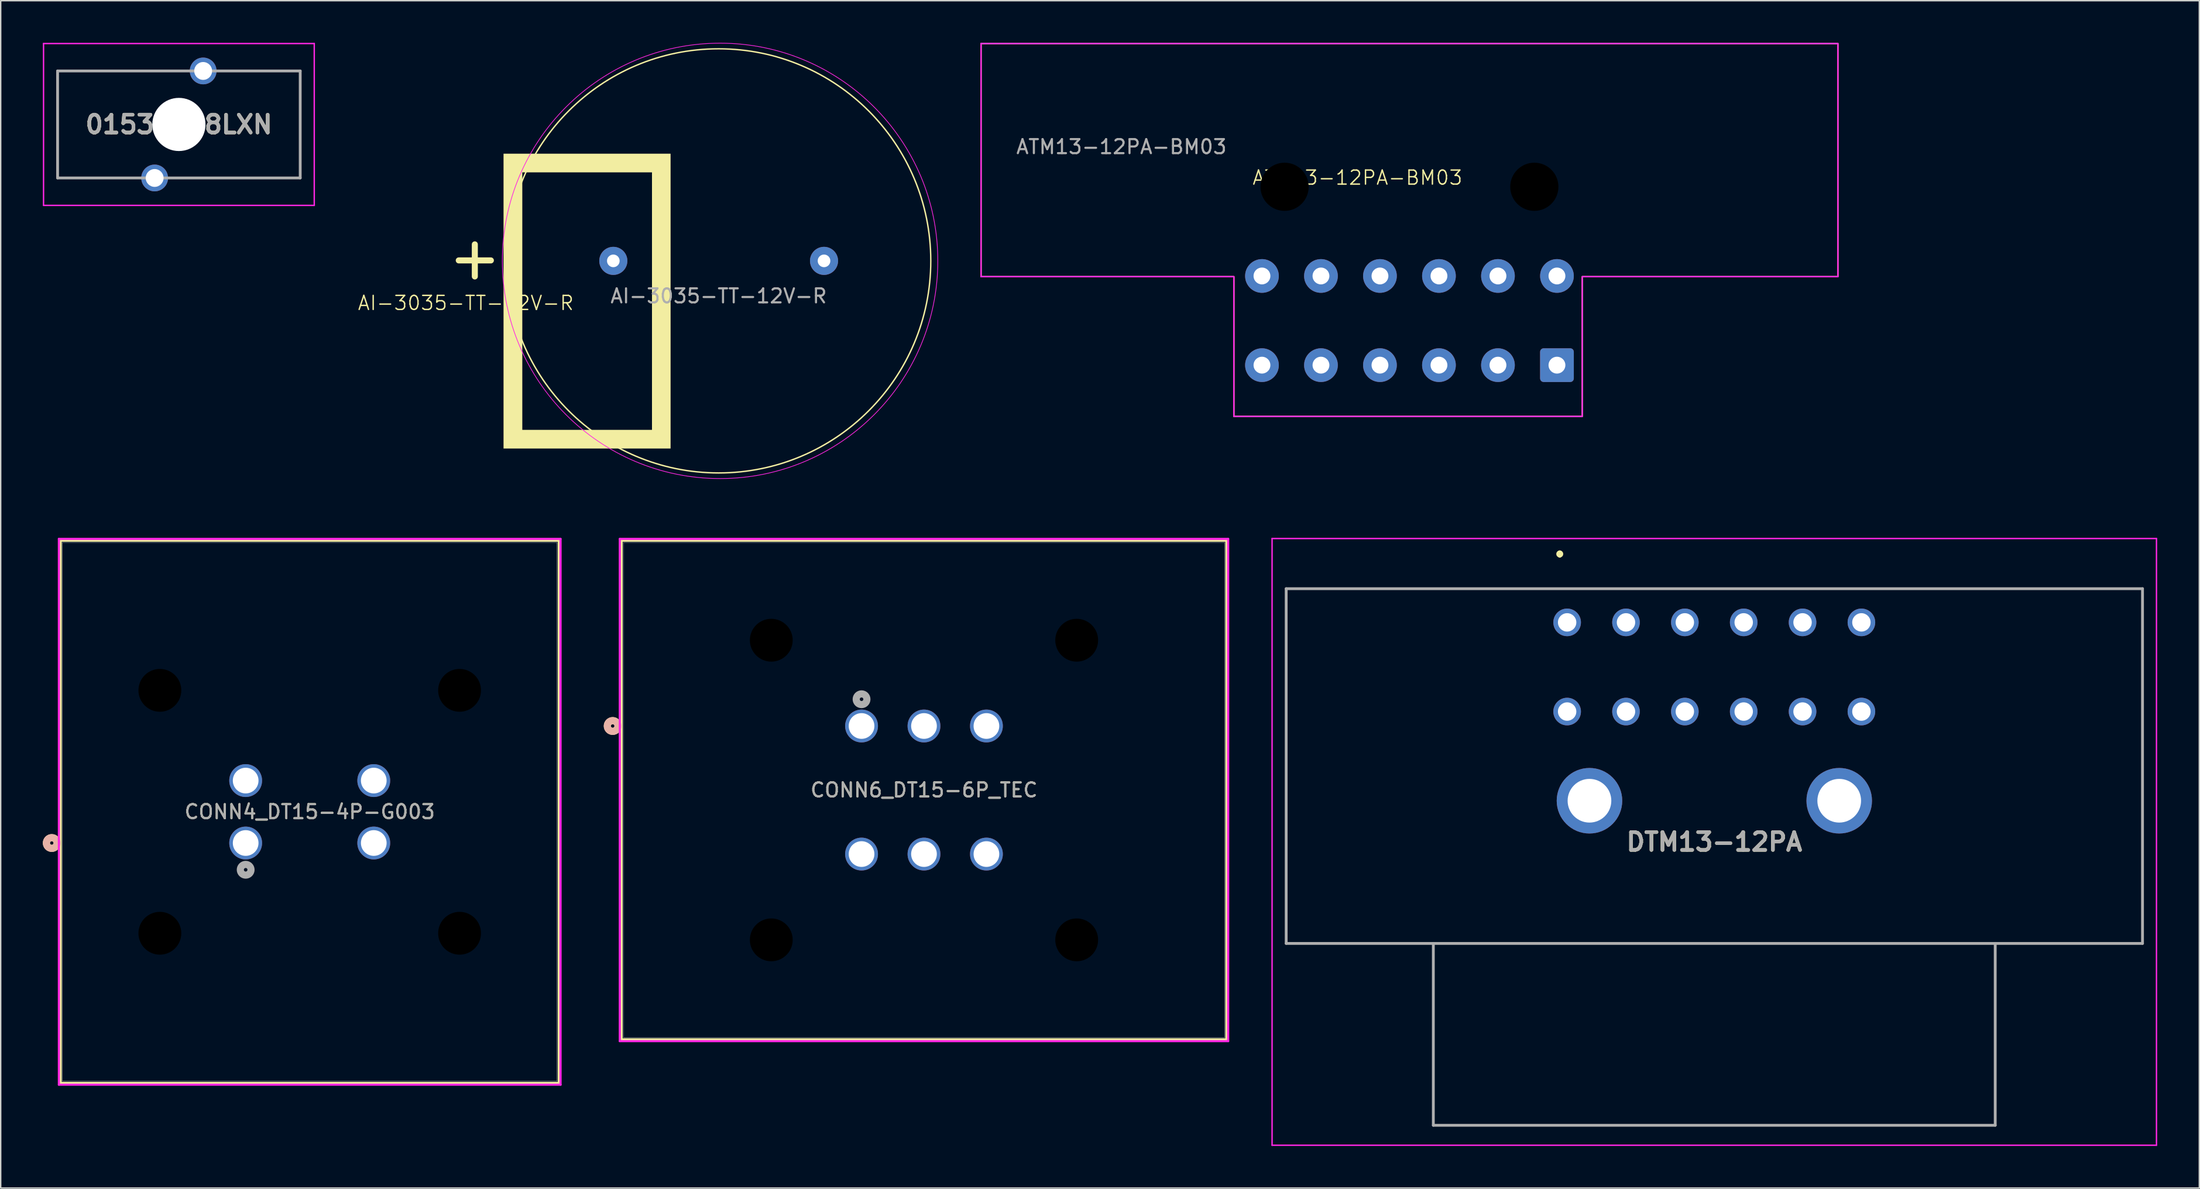
<source format=kicad_pcb>
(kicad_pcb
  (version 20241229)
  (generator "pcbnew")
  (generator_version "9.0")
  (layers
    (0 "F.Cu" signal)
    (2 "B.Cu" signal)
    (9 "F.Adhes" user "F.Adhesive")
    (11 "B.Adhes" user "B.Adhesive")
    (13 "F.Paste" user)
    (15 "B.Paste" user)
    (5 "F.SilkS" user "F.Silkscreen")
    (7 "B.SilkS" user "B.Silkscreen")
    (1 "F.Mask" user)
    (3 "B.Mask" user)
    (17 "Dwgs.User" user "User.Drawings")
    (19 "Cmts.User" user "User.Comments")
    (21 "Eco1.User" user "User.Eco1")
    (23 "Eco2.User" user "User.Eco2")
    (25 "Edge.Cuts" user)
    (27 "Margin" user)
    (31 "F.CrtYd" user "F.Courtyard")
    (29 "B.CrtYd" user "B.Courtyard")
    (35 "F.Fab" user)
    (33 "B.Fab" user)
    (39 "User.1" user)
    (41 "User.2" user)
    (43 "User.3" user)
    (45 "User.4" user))
  (footprint "CONN4_DT15-4P-G003"
    (layer "F.Cu")
    (at 23.558 52.531)
    (property "Reference" "CONN4_DT15-4P-G003" (at -4.559 2.223 0) (unlocked yes) (layer "F.SilkS") (effects (font (size 1 1) (thickness 0.15))))
    (attr through_hole)
    (fp_line (start -22.288 -17.081) (end -22.288 21.526) (stroke (width 0.152) (type solid)) (layer "F.SilkS"))
    (fp_line (start -22.288 21.526) (end 13.17 21.526) (stroke (width 0.152) (type solid)) (layer "F.SilkS"))
    (fp_line (start 13.17 -17.081) (end -22.288 -17.081) (stroke (width 0.152) (type solid)) (layer "F.SilkS"))
    (fp_line (start 13.17 21.526) (end 13.17 -17.081) (stroke (width 0.152) (type solid)) (layer "F.SilkS"))
    (fp_circle (center -22.924 4.445) (end -22.543 4.445) (stroke (width 0.508) (type solid)) (fill no) (layer "F.SilkS"))
    (fp_circle (center -22.924 4.445) (end -22.543 4.445) (stroke (width 0.508) (type solid)) (fill no) (layer "B.SilkS"))
    (fp_line (start -22.416 -17.209) (end -22.416 21.654) (stroke (width 0.152) (type solid)) (layer "F.CrtYd"))
    (fp_line (start -22.416 21.654) (end 13.297 21.654) (stroke (width 0.152) (type solid)) (layer "F.CrtYd"))
    (fp_line (start 13.297 -17.209) (end -22.416 -17.209) (stroke (width 0.152) (type solid)) (layer "F.CrtYd"))
    (fp_line (start 13.297 21.654) (end 13.297 -17.209) (stroke (width 0.152) (type solid)) (layer "F.CrtYd"))
    (fp_line (start -22.162 -16.954) (end -22.162 21.399) (stroke (width 0.025) (type solid)) (layer "F.Fab"))
    (fp_line (start -22.162 21.399) (end 13.043 21.399) (stroke (width 0.025) (type solid)) (layer "F.Fab"))
    (fp_line (start 13.043 -16.954) (end -22.162 -16.954) (stroke (width 0.025) (type solid)) (layer "F.Fab"))
    (fp_line (start 13.043 21.399) (end 13.043 -16.954) (stroke (width 0.025) (type solid)) (layer "F.Fab"))
    (fp_circle (center -9.119 6.35) (end -8.738 6.35) (stroke (width 0.508) (type solid)) (fill no) (layer "F.Fab"))
    (fp_text user "${REFERENCE}" (at -4.559 2.223 0) (unlocked yes) (layer "F.Fab") (effects (font (size 1 1) (thickness 0.15))))
    (pad "" np_thru_hole circle (at -15.227 -6.426) (size 3.048 3.048) (drill 3.048) (layers))
    (pad "" np_thru_hole circle (at -15.227 10.871) (size 3.048 3.048) (drill 3.048) (layers))
    (pad "" np_thru_hole circle (at 6.109 -6.426) (size 3.048 3.048) (drill 3.048) (layers))
    (pad "" np_thru_hole circle (at 6.109 10.871) (size 3.048 3.048) (drill 3.048) (layers))
    (pad "1" thru_hole circle (at -9.119 4.445) (size 2.337 2.337) (drill 1.829) (layers "*.Cu" "*.Mask"))
    (pad "2" thru_hole circle (at -9.119 0) (size 2.337 2.337) (drill 1.829) (layers "*.Cu" "*.Mask"))
    (pad "3" thru_hole circle (at 0 0) (size 2.337 2.337) (drill 1.829) (layers "*.Cu" "*.Mask"))
    (pad "4" thru_hole circle (at 0 4.445) (size 2.337 2.337) (drill 1.829) (layers "*.Cu" "*.Mask"))
    (zone (net_name "") (layer "F.Cu") (hatch full 0.508) (connect_pads) (min_thickness 0.254) (filled_areas_thickness no) (keepout (tracks not_allowed) (vias not_allowed) (pads allowed) (copperpour not_allowed) (footprints allowed)) (placement (enabled no)) (fill) (polygon (pts (xy 4.128 61.497) (xy 6.261 59.287) (xy 10.173 59.287) (xy 12.332 61.522) (xy 12.332 65.409) (xy 10.173 67.491) (xy 6.312 67.517) (xy 4.128 65.409))))
    (zone (net_name "") (layer "F.Cu") (hatch full 0.508) (connect_pads) (min_thickness 0.254) (filled_areas_thickness no) (keepout (tracks not_allowed) (vias not_allowed) (pads allowed) (copperpour not_allowed) (footprints allowed)) (placement (enabled no)) (fill) (polygon (pts (xy 4.255 44.2) (xy 6.388 41.99) (xy 10.3 41.99) (xy 12.459 44.225) (xy 12.459 48.111) (xy 10.3 50.194) (xy 6.439 50.219) (xy 4.255 48.111))))
    (zone (net_name "") (layer "F.Cu") (hatch full 0.508) (connect_pads) (min_thickness 0.254) (filled_areas_thickness no) (keepout (tracks not_allowed) (vias not_allowed) (pads allowed) (copperpour not_allowed) (footprints allowed)) (placement (enabled no)) (fill) (polygon (pts (xy 14.541 67.695) (xy 16.675 65.485) (xy 20.587 65.485) (xy 22.746 67.72) (xy 22.746 71.606) (xy 20.587 73.689) (xy 16.726 73.714) (xy 14.541 71.606))))
    (zone (net_name "") (layer "F.Cu") (hatch full 0.508) (connect_pads) (min_thickness 0.254) (filled_areas_thickness no) (keepout (tracks not_allowed) (vias not_allowed) (pads allowed) (copperpour not_allowed) (footprints allowed)) (placement (enabled no)) (fill) (polygon (pts (xy 14.922 38.129) (xy 17.056 35.919) (xy 20.968 35.919) (xy 23.127 38.154) (xy 23.127 42.041) (xy 20.968 44.123) (xy 17.107 44.149) (xy 14.922 42.041))))
    (zone (net_name "") (layer "F.Cu") (hatch full 0.508) (connect_pads) (min_thickness 0.254) (filled_areas_thickness no) (keepout (tracks not_allowed) (vias not_allowed) (pads allowed) (copperpour not_allowed) (footprints allowed)) (placement (enabled no)) (fill) (polygon (pts (xy 25.413 44.377) (xy 27.546 42.168) (xy 31.458 42.168) (xy 33.617 44.403) (xy 33.617 48.289) (xy 31.458 50.372) (xy 27.597 50.397) (xy 25.413 48.289))))
    (zone (net_name "") (layer "F.Cu") (hatch full 0.508) (connect_pads) (min_thickness 0.254) (filled_areas_thickness no) (keepout (tracks not_allowed) (vias not_allowed) (pads allowed) (copperpour not_allowed) (footprints allowed)) (placement (enabled no)) (fill) (polygon (pts (xy 25.565 61.649) (xy 27.699 59.44) (xy 31.61 59.44) (xy 33.769 61.675) (xy 33.769 65.561) (xy 31.61 67.644) (xy 27.75 67.669) (xy 25.565 65.561)))))
  (footprint "01530008LXN"
    (layer "F.Cu")
    (at 7.959 9.622)
    (property "Reference" "01530008LXN" (at 1.727 -3.81 0) (layer "F.SilkS") (effects (font (size 1.27 1.27) (thickness 0.254))))
    (attr through_hole)
    (fp_line (start -6.909 -7.61) (end -6.909 -0.01) (stroke (width 0.1) (type solid)) (layer "F.SilkS"))
    (fp_line (start -6.909 -0.01) (end -2.473 -0.01) (stroke (width 0.1) (type solid)) (layer "F.SilkS"))
    (fp_line (start 0.327 -7.62) (end -6.909 -7.61) (stroke (width 0.1) (type solid)) (layer "F.SilkS"))
    (fp_line (start 5.527 -7.62) (end 10.363 -7.62) (stroke (width 0.1) (type solid)) (layer "F.SilkS"))
    (fp_line (start 10.363 -7.62) (end 10.363 -0.01) (stroke (width 0.1) (type solid)) (layer "F.SilkS"))
    (fp_line (start 10.363 -0.01) (end 3.727 0) (stroke (width 0.1) (type solid)) (layer "F.SilkS"))
    (fp_line (start -7.909 -9.572) (end 11.363 -9.572) (stroke (width 0.1) (type solid)) (layer "F.CrtYd"))
    (fp_line (start -7.909 1.952) (end -7.909 -9.572) (stroke (width 0.1) (type solid)) (layer "F.CrtYd"))
    (fp_line (start 11.363 -9.572) (end 11.363 1.952) (stroke (width 0.1) (type solid)) (layer "F.CrtYd"))
    (fp_line (start 11.363 1.952) (end -7.909 1.952) (stroke (width 0.1) (type solid)) (layer "F.CrtYd"))
    (fp_line (start -6.909 -7.62) (end 10.363 -7.62) (stroke (width 0.2) (type solid)) (layer "F.Fab"))
    (fp_line (start -6.909 0) (end -6.909 -7.62) (stroke (width 0.2) (type solid)) (layer "F.Fab"))
    (fp_line (start 10.363 -7.62) (end 10.363 0) (stroke (width 0.2) (type solid)) (layer "F.Fab"))
    (fp_line (start 10.363 0) (end -6.909 0) (stroke (width 0.2) (type solid)) (layer "F.Fab"))
    (fp_text user "${REFERENCE}" (at 1.727 -3.81 0) (layer "F.Fab") (effects (font (size 1.27 1.27) (thickness 0.254))))
    (pad "" np_thru_hole circle (at 1.727 -3.81) (size 3.785 3.785) (drill 3.785) (layers "*.Cu" "*.Mask"))
    (pad "1" thru_hole circle (at 0 0) (size 1.905 1.905) (drill 1.27) (layers "*.Cu" "*.Mask"))
    (pad "2" thru_hole circle (at 3.454 -7.62) (size 1.905 1.905) (drill 1.27) (layers "*.Cu" "*.Mask")))
  (footprint "CONN6_DT15-6P_TEC"
    (layer "F.Cu")
    (at 67.173 57.763)
    (property "Reference" "CONN6_DT15-6P_TEC" (at -4.445 -4.559 0) (unlocked yes) (layer "F.SilkS") (effects (font (size 1 1) (thickness 0.15))))
    (attr through_hole)
    (fp_line (start -25.971 -22.314) (end -25.971 13.195) (stroke (width 0.152) (type solid)) (layer "F.SilkS"))
    (fp_line (start -25.971 13.195) (end 17.081 13.195) (stroke (width 0.152) (type solid)) (layer "F.SilkS"))
    (fp_line (start 17.081 -22.314) (end -25.971 -22.314) (stroke (width 0.152) (type solid)) (layer "F.SilkS"))
    (fp_line (start 17.081 13.195) (end 17.081 -22.314) (stroke (width 0.152) (type solid)) (layer "F.SilkS"))
    (fp_circle (center -26.607 -9.119) (end -26.226 -9.119) (stroke (width 0.508) (type solid)) (fill no) (layer "F.SilkS"))
    (fp_circle (center -26.607 -9.119) (end -26.226 -9.119) (stroke (width 0.508) (type solid)) (fill no) (layer "B.SilkS"))
    (fp_line (start -26.099 -22.441) (end -26.099 13.322) (stroke (width 0.152) (type solid)) (layer "F.CrtYd"))
    (fp_line (start -26.099 13.322) (end 17.209 13.322) (stroke (width 0.152) (type solid)) (layer "F.CrtYd"))
    (fp_line (start 17.209 -22.441) (end -26.099 -22.441) (stroke (width 0.152) (type solid)) (layer "F.CrtYd"))
    (fp_line (start 17.209 13.322) (end 17.209 -22.441) (stroke (width 0.152) (type solid)) (layer "F.CrtYd"))
    (fp_line (start -25.845 -22.187) (end -25.845 13.068) (stroke (width 0.025) (type solid)) (layer "F.Fab"))
    (fp_line (start -25.845 13.068) (end 16.954 13.068) (stroke (width 0.025) (type solid)) (layer "F.Fab"))
    (fp_line (start 16.954 -22.187) (end -25.845 -22.187) (stroke (width 0.025) (type solid)) (layer "F.Fab"))
    (fp_line (start 16.954 13.068) (end 16.954 -22.187) (stroke (width 0.025) (type solid)) (layer "F.Fab"))
    (fp_circle (center -8.89 -11.024) (end -8.509 -11.024) (stroke (width 0.508) (type solid)) (fill no) (layer "F.Fab"))
    (fp_text user "${REFERENCE}" (at -4.445 -4.559 0) (unlocked yes) (layer "F.Fab") (effects (font (size 1 1) (thickness 0.15))))
    (pad "" np_thru_hole circle (at -15.316 -15.227) (size 3.048 3.048) (drill 3.048) (layers))
    (pad "" np_thru_hole circle (at -15.316 6.109) (size 3.048 3.048) (drill 3.048) (layers))
    (pad "" np_thru_hole circle (at 6.426 -15.227) (size 3.048 3.048) (drill 3.048) (layers))
    (pad "" np_thru_hole circle (at 6.426 6.109) (size 3.048 3.048) (drill 3.048) (layers))
    (pad "1" thru_hole circle (at -8.89 -9.119) (size 2.337 2.337) (drill 1.829) (layers "*.Cu" "*.Mask"))
    (pad "2" thru_hole circle (at -4.445 -9.119) (size 2.337 2.337) (drill 1.829) (layers "*.Cu" "*.Mask"))
    (pad "3" thru_hole circle (at 0 -9.119) (size 2.337 2.337) (drill 1.829) (layers "*.Cu" "*.Mask"))
    (pad "4" thru_hole circle (at 0 0) (size 2.337 2.337) (drill 1.829) (layers "*.Cu" "*.Mask"))
    (pad "5" thru_hole circle (at -4.445 0) (size 2.337 2.337) (drill 1.829) (layers "*.Cu" "*.Mask"))
    (pad "6" thru_hole circle (at -8.89 0) (size 2.337 2.337) (drill 1.829) (layers "*.Cu" "*.Mask"))
    (zone (net_name "") (layer "F.Cu") (hatch full 0.508) (connect_pads) (min_thickness 0.254) (filled_areas_thickness no) (keepout (tracks not_allowed) (vias not_allowed) (pads allowed) (copperpour not_allowed) (footprints allowed)) (placement (enabled no)) (fill) (polygon (pts (xy 50.13 58.297) (xy 53.584 58.297) (xy 57.292 61.853) (xy 57.292 65.663) (xy 53.584 69.473) (xy 50.13 69.473) (xy 46.548 65.663) (xy 46.548 61.853))))
    (zone (net_name "") (layer "F.Cu") (hatch full 0.508) (connect_pads) (min_thickness 0.254) (filled_areas_thickness no) (keepout (tracks not_allowed) (vias not_allowed) (pads allowed) (copperpour not_allowed) (footprints allowed)) (placement (enabled no)) (fill) (polygon (pts (xy 50.358 36.91) (xy 53.813 36.91) (xy 57.521 40.466) (xy 57.521 44.276) (xy 53.813 48.086) (xy 50.358 48.086) (xy 46.777 44.276) (xy 46.777 40.466))))
    (zone (net_name "") (layer "F.Cu") (hatch full 0.508) (connect_pads) (min_thickness 0.254) (filled_areas_thickness no) (keepout (tracks not_allowed) (vias not_allowed) (pads allowed) (copperpour not_allowed) (footprints allowed)) (placement (enabled no)) (fill) (polygon (pts (xy 71.872 58.297) (xy 75.326 58.297) (xy 79.035 61.853) (xy 79.035 65.663) (xy 75.326 69.473) (xy 71.872 69.473) (xy 68.291 65.663) (xy 68.291 61.853))))
    (zone (net_name "") (layer "F.Cu") (hatch full 0.508) (connect_pads) (min_thickness 0.254) (filled_areas_thickness no) (keepout (tracks not_allowed) (vias not_allowed) (pads allowed) (copperpour not_allowed) (footprints allowed)) (placement (enabled no)) (fill) (polygon (pts (xy 72.126 37.138) (xy 75.581 37.138) (xy 79.289 40.694) (xy 79.289 44.504) (xy 75.581 48.314) (xy 72.126 48.314) (xy 68.545 44.504) (xy 68.545 40.694)))))
  (footprint "ATM13-12PA-BM03"
    (layer "F.Cu")
    (at 76.788 6.6)
    (property "Reference" "ATM13-12PA-BM03" (at 16.8 3 0) (unlocked yes) (layer "F.SilkS") (effects (font (size 1 1) (thickness 0.1))))
    (attr through_hole)
    (fp_poly (pts (xy 8 10.05) (xy 8 20) (xy 32.8 20) (xy 32.8 10.05) (xy 51 10.05) (xy 51 -6.55) (xy -10 -6.55) (xy -10 10.05)) (stroke (width 0.1) (type solid)) (fill no) (layer "F.SilkS"))
    (fp_poly (pts (xy 8 10.05) (xy 8 20) (xy 32.8 20) (xy 32.8 10.05) (xy 51 10.05) (xy 51 -6.55) (xy -10 -6.55) (xy -10 10.05)) (stroke (width 0.1) (type solid)) (fill no) (layer "F.CrtYd"))
    (fp_text user "${REFERENCE}" (at 0 0.8 0) (unlocked yes) (layer "F.Fab") (effects (font (size 1 1) (thickness 0.15))))
    (pad "" np_thru_hole circle (at 11.61 3.65) (size 3.43 3.43) (drill 3.43) (layers "*.Mask"))
    (pad "" np_thru_hole circle (at 29.39 3.65) (size 3.43 3.43) (drill 3.43) (layers "*.Mask"))
    (pad "1" thru_hole roundrect (at 31 16.35) (size 2.4 2.4) (drill 1.2) (layers "*.Cu" "*.Mask") (roundrect_rratio 0.104))
    (pad "2" thru_hole circle (at 26.8 16.35) (size 2.4 2.4) (drill 1.2) (layers "*.Cu" "*.Mask"))
    (pad "3" thru_hole circle (at 22.6 16.35) (size 2.4 2.4) (drill 1.2) (layers "*.Cu" "*.Mask"))
    (pad "4" thru_hole circle (at 18.4 16.35) (size 2.4 2.4) (drill 1.2) (layers "*.Cu" "*.Mask"))
    (pad "5" thru_hole circle (at 14.2 16.35) (size 2.4 2.4) (drill 1.2) (layers "*.Cu" "*.Mask"))
    (pad "6" thru_hole circle (at 10 16.35) (size 2.4 2.4) (drill 1.2) (layers "*.Cu" "*.Mask"))
    (pad "7" thru_hole circle (at 10 10) (size 2.4 2.4) (drill 1.2) (layers "*.Cu" "*.Mask"))
    (pad "8" thru_hole circle (at 14.2 10) (size 2.4 2.4) (drill 1.2) (layers "*.Cu" "*.Mask"))
    (pad "9" thru_hole circle (at 18.4 10) (size 2.4 2.4) (drill 1.2) (layers "*.Cu" "*.Mask"))
    (pad "10" thru_hole circle (at 22.6 10) (size 2.4 2.4) (drill 1.2) (layers "*.Cu" "*.Mask"))
    (pad "11" thru_hole circle (at 26.8 10) (size 2.4 2.4) (drill 1.2) (layers "*.Cu" "*.Mask"))
    (pad "12" thru_hole circle (at 31 10) (size 2.4 2.4) (drill 1.2) (layers "*.Cu" "*.Mask")))
  (footprint "AI-3035-TT-12V-R"
    (layer "F.Cu")
    (at 48.112 15.525)
    (property "Reference" "AI-3035-TT-12V-R" (at -18 3 0) (unlocked yes) (layer "F.SilkS") (effects (font (size 1 1) (thickness 0.1))))
    (attr through_hole)
    (fp_circle (center 0 0) (end 15.1 0) (stroke (width 0.1) (type default)) (fill no) (layer "F.SilkS"))
    (fp_circle (center 0.1 0) (end 15.2 3.5) (stroke (width 0.05) (type default)) (fill no) (layer "F.CrtYd"))
    (fp_text user "🤨" (at -16.5 12 0) (unlocked yes) (layer "F.SilkS") (effects (font (face "Segoe UI Emoji") (size 17 17) (thickness 0.1)) (justify left bottom)))
    (fp_text user "+" (at -19.5 1.5 0) (unlocked yes) (layer "F.SilkS") (effects (font (size 3 3) (thickness 0.43)) (justify left bottom)))
    (fp_text user "${REFERENCE}" (at 0 2.5 0) (unlocked yes) (layer "F.Fab") (effects (font (size 1 1) (thickness 0.15))))
    (pad "N" thru_hole circle (at 7.5 0) (size 2 2) (drill 0.9) (layers "*.Cu" "*.Mask"))
    (pad "P" thru_hole circle (at -7.5 0) (size 2 2) (drill 0.9) (layers "*.Cu" "*.Mask")))
  (footprint "DTM13-12PA"
    (layer "F.Cu")
    (at 108.513 41.266)
    (property "Reference" "DTM13-12PA" (at 10.475 15.63 0) (layer "F.SilkS") (effects (font (size 1.27 1.27) (thickness 0.254))))
    (attr through_hole)
    (fp_line (start -20 -2.4) (end 40.96 -2.4) (stroke (width 0.1) (type solid)) (layer "F.SilkS"))
    (fp_line (start -20 22.86) (end -20 -2.4) (stroke (width 0.1) (type solid)) (layer "F.SilkS"))
    (fp_line (start -0.525 -4.97) (end -0.525 -4.97) (stroke (width 0.3) (type solid)) (layer "F.SilkS"))
    (fp_line (start -0.525 -4.77) (end -0.525 -4.77) (stroke (width 0.3) (type solid)) (layer "F.SilkS"))
    (fp_line (start 40.96 -2.4) (end 40.96 22.86) (stroke (width 0.1) (type solid)) (layer "F.SilkS"))
    (fp_line (start 40.96 22.86) (end -20 22.86) (stroke (width 0.1) (type solid)) (layer "F.SilkS"))
    (fp_arc (start -0.525 -4.97) (mid -0.425 -4.87) (end -0.525 -4.77) (stroke (width 0.3) (type solid)) (layer "F.SilkS"))
    (fp_arc (start -0.525 -4.77) (mid -0.625 -4.87) (end -0.525 -4.97) (stroke (width 0.3) (type solid)) (layer "F.SilkS"))
    (fp_line (start -21.005 -5.97) (end 41.955 -5.97) (stroke (width 0.1) (type solid)) (layer "F.CrtYd"))
    (fp_line (start -21.005 37.23) (end -21.005 -5.97) (stroke (width 0.1) (type solid)) (layer "F.CrtYd"))
    (fp_line (start 41.955 -5.97) (end 41.955 37.23) (stroke (width 0.1) (type solid)) (layer "F.CrtYd"))
    (fp_line (start 41.955 37.23) (end -21.005 37.23) (stroke (width 0.1) (type solid)) (layer "F.CrtYd"))
    (fp_line (start -20 -2.4) (end -20 22.86) (stroke (width 0.2) (type solid)) (layer "F.Fab"))
    (fp_line (start -20 22.86) (end 40.96 22.86) (stroke (width 0.2) (type solid)) (layer "F.Fab"))
    (fp_line (start -9.525 22.86) (end -9.525 35.81) (stroke (width 0.2) (type solid)) (layer "F.Fab"))
    (fp_line (start -9.525 35.81) (end 30.475 35.81) (stroke (width 0.2) (type solid)) (layer "F.Fab"))
    (fp_line (start 30.475 35.81) (end 30.475 22.86) (stroke (width 0.2) (type solid)) (layer "F.Fab"))
    (fp_line (start 40.96 -2.4) (end -20 -2.4) (stroke (width 0.2) (type solid)) (layer "F.Fab"))
    (fp_line (start 40.96 22.86) (end 40.96 -2.4) (stroke (width 0.2) (type solid)) (layer "F.Fab"))
    (fp_text user "${REFERENCE}" (at 10.475 15.63 0) (layer "F.Fab") (effects (font (size 1.27 1.27) (thickness 0.254))))
    (pad "1" thru_hole circle (at 0 0) (size 1.965 1.965) (drill 1.31) (layers "*.Cu" "*.Mask"))
    (pad "2" thru_hole circle (at 4.19 0) (size 1.965 1.965) (drill 1.31) (layers "*.Cu" "*.Mask"))
    (pad "3" thru_hole circle (at 8.38 0) (size 1.965 1.965) (drill 1.31) (layers "*.Cu" "*.Mask"))
    (pad "4" thru_hole circle (at 12.57 0) (size 1.965 1.965) (drill 1.31) (layers "*.Cu" "*.Mask"))
    (pad "5" thru_hole circle (at 16.76 0) (size 1.965 1.965) (drill 1.31) (layers "*.Cu" "*.Mask"))
    (pad "6" thru_hole circle (at 20.95 0) (size 1.965 1.965) (drill 1.31) (layers "*.Cu" "*.Mask"))
    (pad "7" thru_hole circle (at 20.95 6.35) (size 1.965 1.965) (drill 1.31) (layers "*.Cu" "*.Mask"))
    (pad "8" thru_hole circle (at 16.76 6.35) (size 1.965 1.965) (drill 1.31) (layers "*.Cu" "*.Mask"))
    (pad "9" thru_hole circle (at 12.57 6.35) (size 1.965 1.965) (drill 1.31) (layers "*.Cu" "*.Mask"))
    (pad "10" thru_hole circle (at 8.38 6.35) (size 1.965 1.965) (drill 1.31) (layers "*.Cu" "*.Mask"))
    (pad "11" thru_hole circle (at 4.19 6.35) (size 1.965 1.965) (drill 1.31) (layers "*.Cu" "*.Mask"))
    (pad "12" thru_hole circle (at 0 6.35) (size 1.965 1.965) (drill 1.31) (layers "*.Cu" "*.Mask"))
    (pad "MH1" thru_hole circle (at 1.59 12.7) (size 4.665 4.665) (drill 3.11) (layers "*.Cu" "*.Mask"))
    (pad "MH2" thru_hole circle (at 19.37 12.7) (size 4.665 4.665) (drill 3.11) (layers "*.Cu" "*.Mask")))
  (gr_rect
    (start -3 -3)
    (end 153.518 81.546)
    (stroke (width 0.1) (type default))
    (fill no)
    (layer "Edge.Cuts")))
</source>
